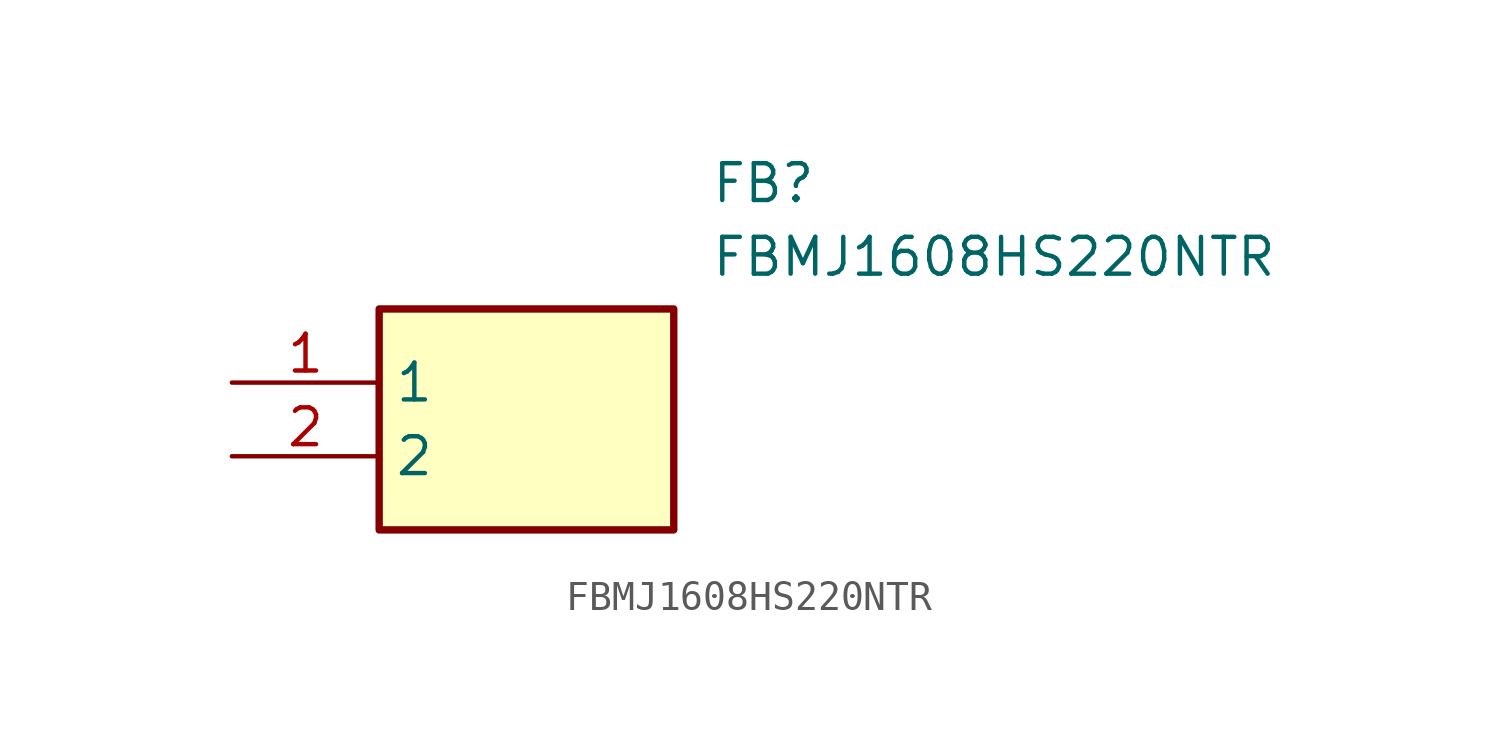
<source format=kicad_sym>
(kicad_symbol_lib
  (version 20211014)
  (generator SamacSys_ECAD_Model)
  (symbol "FBMJ1608HS220NTR"
    (property "Reference" "FB"
      (at 16.51 7.62 0)
      (effects (font (size 1.27 1.27)) (justify left top)))
    (property "Value" "FBMJ1608HS220NTR"
      (at 16.51 5.08 0)
      (effects (font (size 1.27 1.27)) (justify left top)))
    (rectangle
      (start 5.08 2.54)
      (end 15.24 -5.08)
      (stroke (width 0.254) (type default))
      (fill (type background)))
    (pin passive line
      (at 0 0 0)
      (length 5.08)
      (name "1" (effects (font (size 1.27 1.27))))
      (number "1" (effects (font (size 1.27 1.27)))))
    (pin passive line
      (at 0 -2.54 0)
      (length 5.08)
      (name "2" (effects (font (size 1.27 1.27))))
      (number "2" (effects (font (size 1.27 1.27)))))))
</source>
